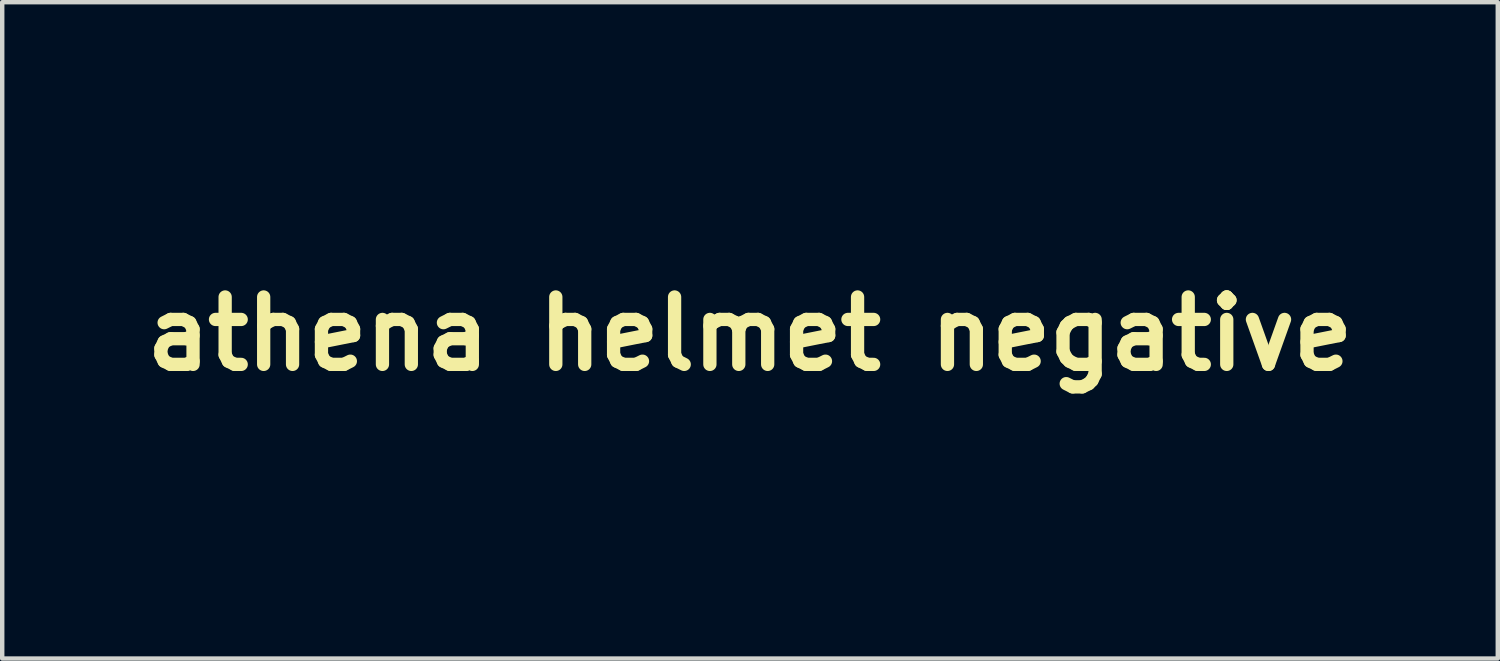
<source format=kicad_pcb>
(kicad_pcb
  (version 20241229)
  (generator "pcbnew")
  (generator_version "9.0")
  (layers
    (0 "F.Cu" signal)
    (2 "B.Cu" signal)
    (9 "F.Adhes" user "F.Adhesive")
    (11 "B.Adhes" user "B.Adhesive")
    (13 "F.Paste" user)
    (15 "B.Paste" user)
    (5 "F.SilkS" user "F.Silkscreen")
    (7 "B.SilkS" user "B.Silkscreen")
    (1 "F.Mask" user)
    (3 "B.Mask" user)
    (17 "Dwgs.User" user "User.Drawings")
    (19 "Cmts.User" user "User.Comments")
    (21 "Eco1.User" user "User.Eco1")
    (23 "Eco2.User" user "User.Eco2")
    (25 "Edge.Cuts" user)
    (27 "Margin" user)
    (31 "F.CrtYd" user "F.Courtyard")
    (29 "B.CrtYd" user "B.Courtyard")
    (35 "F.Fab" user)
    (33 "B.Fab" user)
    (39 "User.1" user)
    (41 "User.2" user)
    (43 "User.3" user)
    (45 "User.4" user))
  (footprint "athena helmet negative"
    (layer "F.Cu")
    (at 13.905 4.498)
    (property "Reference" "athena helmet negative" (at 0 0 0) (layer "F.SilkS") (effects (font (size 1.524 1.524) (thickness 0.3))))
    (attr through_hole)
    (fp_poly (pts (xy -0.63 -4.493) (xy -0.458 -4.489) (xy -0.317 -4.476) (xy -0.191 -4.453) (xy -0.063 -4.415) (xy 0.03 -4.381) (xy 0.366 -4.234) (xy 0.712 -4.041) (xy 1.063 -3.805) (xy 1.416 -3.53) (xy 1.767 -3.217) (xy 1.91 -3.079) (xy 2.059 -2.925) (xy 2.169 -2.801) (xy 2.241 -2.704) (xy 2.276 -2.634) (xy 2.273 -2.59) (xy 2.267 -2.583) (xy 2.234 -2.565) (xy 2.169 -2.535) (xy 2.084 -2.499) (xy 2.071 -2.494) (xy 1.863 -2.403) (xy 1.696 -2.317) (xy 1.564 -2.23) (xy 1.46 -2.139) (xy 1.442 -2.119) (xy 1.377 -2.043) (xy 1.334 -1.972) (xy 1.308 -1.893) (xy 1.295 -1.794) (xy 1.29 -1.661) (xy 1.29 -1.627) (xy 1.285 -1.515) (xy 1.269 -1.443) (xy 1.25 -1.411) (xy 1.234 -1.388) (xy 1.232 -1.361) (xy 1.247 -1.322) (xy 1.282 -1.261) (xy 1.343 -1.168) (xy 1.349 -1.159) (xy 1.536 -0.841) (xy 1.703 -0.481) (xy 1.848 -0.083) (xy 1.946 0.257) (xy 1.981 0.399) (xy 2.001 0.504) (xy 2.006 0.583) (xy 1.998 0.645) (xy 1.977 0.701) (xy 1.972 0.71) (xy 1.935 0.781) (xy 1.935 0.719) (xy 1.919 0.645) (xy 1.88 0.583) (xy 1.829 0.548) (xy 1.812 0.546) (xy 1.76 0.567) (xy 1.704 0.62) (xy 1.656 0.693) (xy 1.626 0.769) (xy 1.624 0.776) (xy 1.618 0.842) (xy 1.615 0.937) (xy 1.617 1.029) (xy 1.625 1.203) (xy 1.724 1.195) (xy 1.814 1.177) (xy 1.875 1.132) (xy 1.913 1.055) (xy 1.933 0.938) (xy 1.938 0.884) (xy 1.944 0.854) (xy 1.95 0.855) (xy 1.957 0.889) (xy 1.967 0.962) (xy 1.98 1.076) (xy 1.993 1.191) (xy 2.015 1.386) (xy 2.036 1.54) (xy 2.056 1.66) (xy 2.077 1.755) (xy 2.101 1.832) (xy 2.129 1.899) (xy 2.137 1.915) (xy 2.169 2.012) (xy 2.183 2.126) (xy 2.183 2.138) (xy 2.186 2.207) (xy 2.194 2.314) (xy 2.206 2.447) (xy 2.221 2.595) (xy 2.232 2.697) (xy 2.264 2.987) (xy 2.285 3.231) (xy 2.297 3.435) (xy 2.299 3.601) (xy 2.291 3.732) (xy 2.273 3.833) (xy 2.244 3.907) (xy 2.216 3.948) (xy 2.166 3.983) (xy 2.114 3.992) (xy 2.077 3.973) (xy 2.073 3.963) (xy 2.061 3.916) (xy 2.042 3.831) (xy 2.016 3.715) (xy 1.985 3.576) (xy 1.951 3.42) (xy 1.916 3.255) (xy 1.881 3.09) (xy 1.848 2.931) (xy 1.817 2.785) (xy 1.792 2.662) (xy 1.773 2.566) (xy 1.762 2.508) (xy 1.76 2.493) (xy 1.743 2.443) (xy 1.701 2.387) (xy 1.696 2.382) (xy 1.637 2.321) (xy 1.584 2.254) (xy 1.535 2.176) (xy 1.487 2.079) (xy 1.437 1.96) (xy 1.384 1.812) (xy 1.325 1.629) (xy 1.256 1.406) (xy 1.227 1.306) (xy 1.177 1.164) (xy 1.125 1.056) (xy 1.091 1.009) (xy 1.052 0.968) (xy 1.014 0.945) (xy 0.963 0.934) (xy 0.884 0.93) (xy 0.838 0.93) (xy 0.731 0.933) (xy 0.649 0.947) (xy 0.567 0.977) (xy 0.488 1.015) (xy 0.409 1.06) (xy 0.312 1.124) (xy 0.204 1.201) (xy 0.094 1.283) (xy -0.01 1.366) (xy -0.101 1.442) (xy -0.171 1.507) (xy -0.211 1.552) (xy -0.218 1.566) (xy -0.214 1.59) (xy -0.187 1.608) (xy -0.134 1.622) (xy -0.047 1.63) (xy 0.077 1.635) (xy 0.244 1.637) (xy 0.296 1.637) (xy 0.491 1.634) (xy 0.646 1.623) (xy 0.77 1.603) (xy 0.872 1.572) (xy 0.961 1.527) (xy 0.998 1.504) (xy 1.085 1.445) (xy 1.099 1.919) (xy 1.11 2.171) (xy 1.127 2.389) (xy 1.151 2.587) (xy 1.174 2.729) (xy 1.226 3.015) (xy 1.269 3.257) (xy 1.304 3.459) (xy 1.333 3.627) (xy 1.355 3.764) (xy 1.372 3.875) (xy 1.383 3.965) (xy 1.391 4.038) (xy 1.396 4.099) (xy 1.397 4.141) (xy 1.401 4.328) (xy 1.315 4.334) (xy 1.246 4.33) (xy 1.151 4.314) (xy 1.054 4.292) (xy 0.614 4.153) (xy 0.203 3.986) (xy -0.186 3.783) (xy -0.563 3.542) (xy -0.937 3.257) (xy -0.991 3.212) (xy -1.131 3.092) (xy -1.239 2.989) (xy -1.325 2.894) (xy -1.398 2.797) (xy -1.458 2.704) (xy -1.523 2.607) (xy -1.578 2.549) (xy -1.607 2.535) (xy -1.656 2.538) (xy -1.735 2.554) (xy -1.824 2.578) (xy -1.937 2.608) (xy -2.038 2.624) (xy -2.12 2.628) (xy -2.17 2.618) (xy -2.183 2.601) (xy -2.173 2.568) (xy -2.147 2.501) (xy -2.109 2.413) (xy -2.09 2.372) (xy -2.051 2.287) (xy -2.025 2.22) (xy -2.009 2.158) (xy -2.001 2.087) (xy -1.998 1.995) (xy -1.998 1.866) (xy -1.998 1.86) (xy -2.004 1.66) (xy -2.022 1.499) (xy -2.055 1.368) (xy -2.105 1.255) (xy -2.164 1.167) (xy -2.218 1.093) (xy -2.267 1.026) (xy -2.285 1) (xy -2.326 0.916) (xy -2.356 0.799) (xy -2.377 0.646) (xy -2.389 0.452) (xy -2.391 0.213) (xy -2.391 0.211) (xy -2.385 -0.051) (xy -2.368 -0.279) (xy -2.338 -0.489) (xy -2.292 -0.699) (xy -2.24 -0.886) (xy -2.212 -0.982) (xy -2.193 -1.055) (xy -2.182 -1.117) (xy -2.18 -1.182) (xy -2.186 -1.263) (xy -2.197 -1.372) (xy -2.206 -1.451) (xy -2.224 -1.644) (xy -2.238 -1.862) (xy -2.247 -2.091) (xy -2.248 -2.142) (xy -1.018 -2.142) (xy -1.011 -2.143) (xy -0.964 -2.154) (xy -0.886 -2.169) (xy -0.812 -2.182) (xy -0.71 -2.198) (xy -0.612 -2.211) (xy -0.558 -2.217) (xy -0.537 -2.221) (xy -0.561 -2.223) (xy -0.623 -2.223) (xy -0.682 -2.222) (xy -0.817 -2.215) (xy -0.912 -2.2) (xy -0.977 -2.175) (xy -0.98 -2.173) (xy -1.017 -2.149) (xy -1.018 -2.142) (xy -2.248 -2.142) (xy -2.251 -2.319) (xy -2.249 -2.532) (xy -2.242 -2.718) (xy -2.234 -2.819) (xy -2.185 -3.155) (xy -2.107 -3.451) (xy -2 -3.708) (xy -1.864 -3.928) (xy -1.696 -4.113) (xy -1.497 -4.263) (xy -1.36 -4.338) (xy -1.213 -4.404) (xy -1.083 -4.449) (xy -0.955 -4.476) (xy -0.81 -4.49) (xy -0.633 -4.493) (xy -0.63 -4.493)) (stroke (width 0.01) (type solid)) (fill no) (layer "Eco2.User")))
  (gr_rect
    (start -3 -3)
    (end 30.809 11.837)
    (stroke (width 0.1) (type default))
    (fill no)
    (layer "Edge.Cuts")))
</source>
